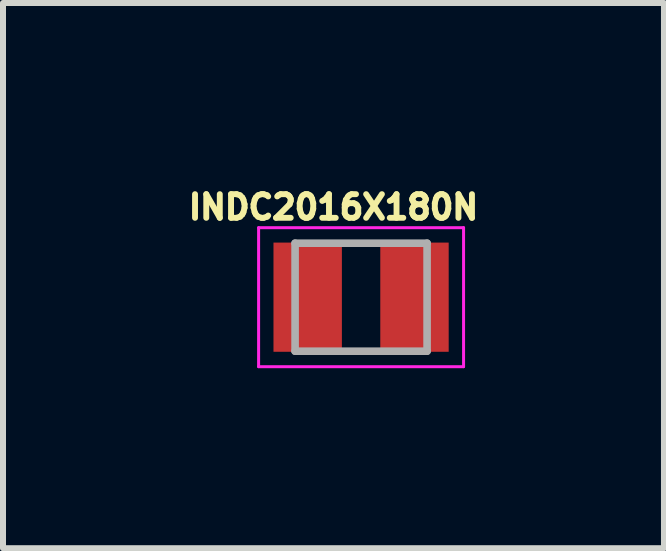
<source format=kicad_pcb>
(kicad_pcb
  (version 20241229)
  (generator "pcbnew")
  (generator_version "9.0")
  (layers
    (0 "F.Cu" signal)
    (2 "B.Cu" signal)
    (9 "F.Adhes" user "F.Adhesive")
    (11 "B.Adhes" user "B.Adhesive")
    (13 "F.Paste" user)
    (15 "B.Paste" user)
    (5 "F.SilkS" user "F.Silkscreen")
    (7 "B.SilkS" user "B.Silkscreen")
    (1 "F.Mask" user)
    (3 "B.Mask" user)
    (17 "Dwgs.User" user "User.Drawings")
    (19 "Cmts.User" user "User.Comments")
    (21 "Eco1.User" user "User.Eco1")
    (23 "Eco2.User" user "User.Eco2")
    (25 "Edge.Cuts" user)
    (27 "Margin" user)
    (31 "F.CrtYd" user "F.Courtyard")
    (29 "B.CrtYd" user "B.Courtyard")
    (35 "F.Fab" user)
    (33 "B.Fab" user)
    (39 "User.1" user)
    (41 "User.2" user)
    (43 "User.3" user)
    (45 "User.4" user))
  (footprint "INDC2016X180N"
    (layer "F.Cu")
    (at 2.968 1.903)
    (property "Reference" "INDC2016X180N" (at -0.46 -1.5 0) (layer "F.SilkS") (effects (font (size 0.394 0.394) (thickness 0.15))))
    (attr smd)
    (fp_line (start -1.708 -1.158) (end 1.708 -1.158) (stroke (width 0.05) (type solid)) (layer "F.CrtYd"))
    (fp_line (start -1.708 1.158) (end -1.708 -1.158) (stroke (width 0.05) (type solid)) (layer "F.CrtYd"))
    (fp_line (start -1.708 1.158) (end 1.708 1.158) (stroke (width 0.05) (type solid)) (layer "F.CrtYd"))
    (fp_line (start 1.708 1.158) (end 1.708 -1.158) (stroke (width 0.05) (type solid)) (layer "F.CrtYd"))
    (fp_line (start -1.1 0.9) (end -1.1 -0.9) (stroke (width 0.127) (type solid)) (layer "F.Fab"))
    (fp_line (start 1.1 -0.9) (end -1.1 -0.9) (stroke (width 0.127) (type solid)) (layer "F.Fab"))
    (fp_line (start 1.1 0.9) (end -1.1 0.9) (stroke (width 0.127) (type solid)) (layer "F.Fab"))
    (fp_line (start 1.1 0.9) (end 1.1 -0.9) (stroke (width 0.127) (type solid)) (layer "F.Fab"))
    (pad "1" smd rect (at -0.89 0) (size 1.14 1.82) (layers "F.Cu" "F.Mask" "F.Paste"))
    (pad "2" smd rect (at 0.89 0) (size 1.14 1.82) (layers "F.Cu" "F.Mask" "F.Paste")))
  (gr_rect
    (start -3 -3)
    (end 8.016 6.086)
    (stroke (width 0.1) (type default))
    (fill no)
    (layer "Edge.Cuts")))
</source>
